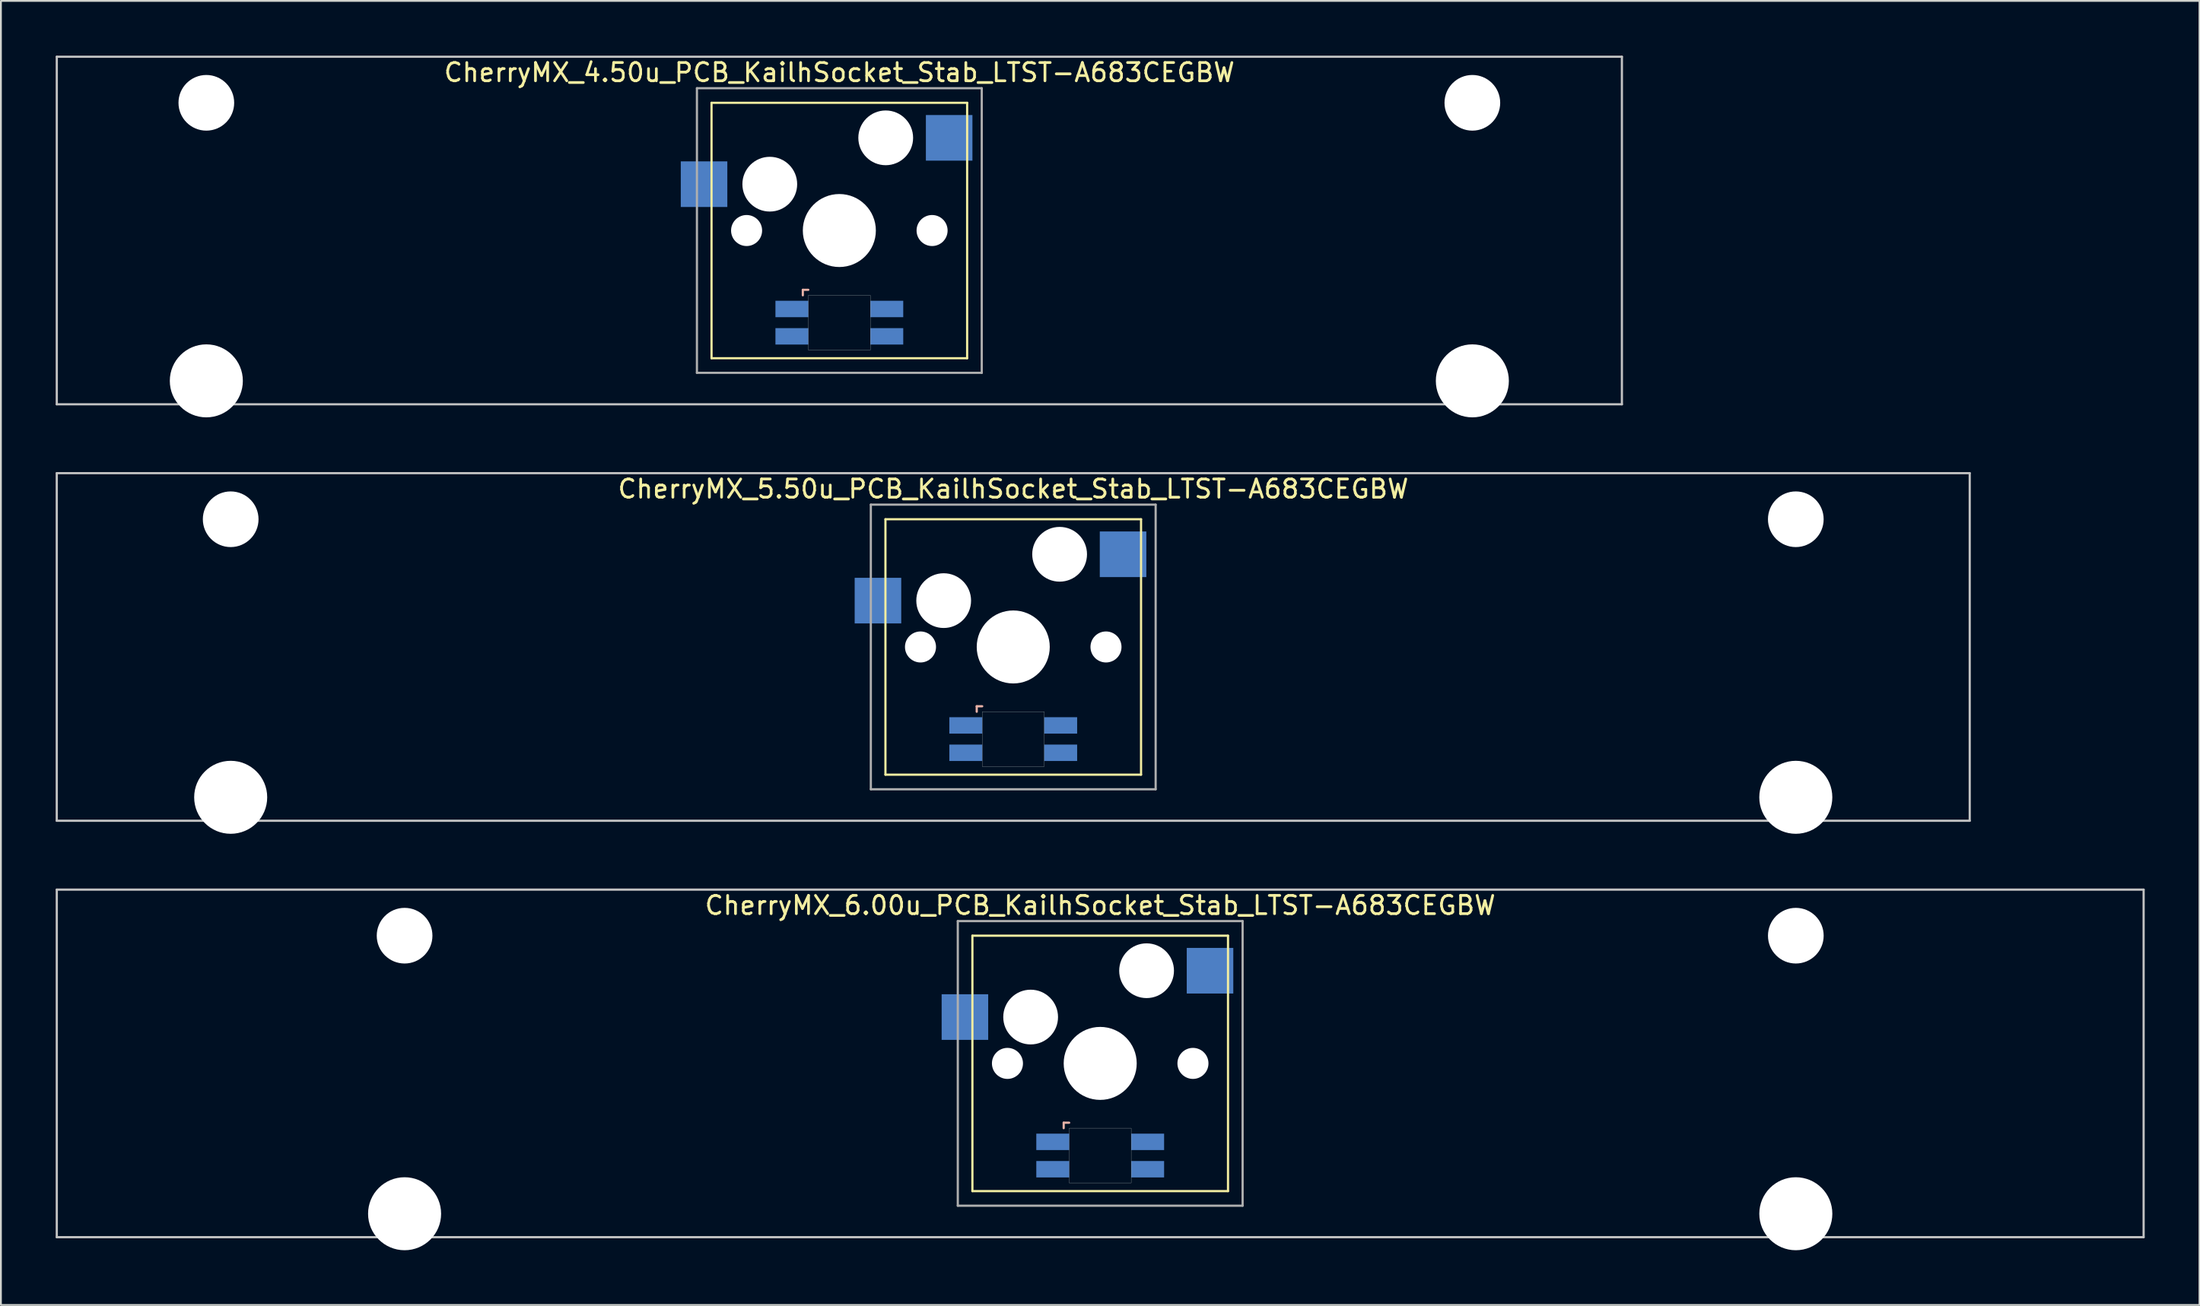
<source format=kicad_pcb>
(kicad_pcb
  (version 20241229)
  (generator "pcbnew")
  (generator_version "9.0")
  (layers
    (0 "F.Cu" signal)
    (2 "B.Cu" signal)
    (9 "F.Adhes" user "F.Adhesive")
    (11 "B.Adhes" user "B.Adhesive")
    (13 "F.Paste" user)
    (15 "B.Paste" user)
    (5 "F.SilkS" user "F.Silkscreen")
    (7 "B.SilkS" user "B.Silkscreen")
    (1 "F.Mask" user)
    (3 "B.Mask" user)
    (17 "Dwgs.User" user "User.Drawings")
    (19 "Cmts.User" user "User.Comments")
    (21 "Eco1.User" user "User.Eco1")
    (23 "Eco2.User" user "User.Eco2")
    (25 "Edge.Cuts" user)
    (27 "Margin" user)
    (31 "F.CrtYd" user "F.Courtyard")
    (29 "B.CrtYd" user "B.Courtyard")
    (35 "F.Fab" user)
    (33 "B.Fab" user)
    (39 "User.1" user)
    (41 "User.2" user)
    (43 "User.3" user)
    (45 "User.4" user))
  (footprint "CherryMX_6.00u_PCB_KailhSocket_Stab_LTST-A683CEGBW"
    (layer "F.Cu")
    (at 57.21 55.235)
    (property "Reference" "CherryMX_6.00u_PCB_KailhSocket_Stab_LTST-A683CEGBW" (at 0 -8.662 0) (layer "F.SilkS") (effects (font (size 1 1) (thickness 0.15))))
    (attr through_hole)
    (fp_line (start -7 -7) (end -7 7) (stroke (width 0.12) (type solid)) (layer "F.SilkS"))
    (fp_line (start -7 -7) (end 7 -7) (stroke (width 0.12) (type solid)) (layer "F.SilkS"))
    (fp_line (start 7 -7) (end 7 7) (stroke (width 0.12) (type solid)) (layer "F.SilkS"))
    (fp_line (start 7 7) (end -7 7) (stroke (width 0.12) (type solid)) (layer "F.SilkS"))
    (fp_line (start -2 3.25) (end -2 3.55) (stroke (width 0.12) (type solid)) (layer "B.SilkS"))
    (fp_line (start -1.7 3.25) (end -2 3.25) (stroke (width 0.12) (type solid)) (layer "B.SilkS"))
    (fp_line (start -57.15 -9.525) (end 57.15 -9.525) (stroke (width 0.12) (type solid)) (layer "Dwgs.User"))
    (fp_line (start -57.15 9.525) (end -57.15 -9.525) (stroke (width 0.12) (type solid)) (layer "Dwgs.User"))
    (fp_line (start 57.15 -9.525) (end 57.15 9.525) (stroke (width 0.12) (type solid)) (layer "Dwgs.User"))
    (fp_line (start 57.15 9.525) (end -57.15 9.525) (stroke (width 0.12) (type solid)) (layer "Dwgs.User"))
    (fp_poly (pts (xy 1.7 6.55) (xy -1.7 6.55) (xy -1.7 3.55) (xy 1.7 3.55)) (stroke (width 0.01) (type solid)) (fill no) (layer "Edge.Cuts"))
    (fp_line (start -7.8 -7.8) (end -7.8 7.8) (stroke (width 0.12) (type solid)) (layer "F.Fab"))
    (fp_line (start -7.8 -7.8) (end 7.8 -7.8) (stroke (width 0.12) (type solid)) (layer "F.Fab"))
    (fp_line (start -7.8 7.8) (end 7.8 7.8) (stroke (width 0.12) (type solid)) (layer "F.Fab"))
    (fp_line (start 7.8 -7.8) (end 7.8 7.8) (stroke (width 0.12) (type solid)) (layer "F.Fab"))
    (pad "" np_thru_hole circle (at -38.1 -7) (size 3.05 3.05) (drill 3.05) (layers "*.Cu" "*.Mask"))
    (pad "" np_thru_hole circle (at -38.1 8.24) (size 4 4) (drill 4) (layers "*.Cu" "*.Mask"))
    (pad "" np_thru_hole circle (at -5.08 0) (size 1.7 1.7) (drill 1.7) (layers "*.Cu" "*.Mask"))
    (pad "" np_thru_hole circle (at -3.81 -2.54) (size 3 3) (drill 3) (layers "*.Cu" "*.Mask"))
    (pad "" np_thru_hole circle (at 0 0) (size 4 4) (drill 4) (layers "*.Cu" "*.Mask"))
    (pad "" np_thru_hole circle (at 2.54 -5.08) (size 3 3) (drill 3) (layers "*.Cu" "*.Mask"))
    (pad "" np_thru_hole circle (at 5.08 0) (size 1.7 1.7) (drill 1.7) (layers "*.Cu" "*.Mask"))
    (pad "" np_thru_hole circle (at 38.1 -7) (size 3.05 3.05) (drill 3.05) (layers "*.Cu" "*.Mask"))
    (pad "" np_thru_hole circle (at 38.1 8.24) (size 4 4) (drill 4) (layers "*.Cu" "*.Mask"))
    (pad "1" smd rect (at -7.41 -2.54) (size 2.55 2.5) (layers "B.Cu" "B.Mask" "B.Paste"))
    (pad "2" smd rect (at 6.015 -5.08) (size 2.55 2.5) (layers "B.Cu" "B.Mask" "B.Paste"))
    (pad "3" smd rect (at -2.6 4.3) (size 1.8 0.9) (layers "B.Cu" "B.Mask" "B.Paste"))
    (pad "4" smd rect (at -2.6 5.8) (size 1.8 0.9) (layers "B.Cu" "B.Mask" "B.Paste"))
    (pad "5" smd rect (at 2.6 4.3) (size 1.8 0.9) (layers "B.Cu" "B.Mask" "B.Paste"))
    (pad "6" smd rect (at 2.6 5.8) (size 1.8 0.9) (layers "B.Cu" "B.Mask" "B.Paste")))
  (footprint "CherryMX_5.50u_PCB_KailhSocket_Stab_LTST-A683CEGBW"
    (layer "F.Cu")
    (at 52.447 32.41)
    (property "Reference" "CherryMX_5.50u_PCB_KailhSocket_Stab_LTST-A683CEGBW" (at 0 -8.662 0) (layer "F.SilkS") (effects (font (size 1 1) (thickness 0.15))))
    (attr through_hole)
    (fp_line (start -7 -7) (end -7 7) (stroke (width 0.12) (type solid)) (layer "F.SilkS"))
    (fp_line (start -7 -7) (end 7 -7) (stroke (width 0.12) (type solid)) (layer "F.SilkS"))
    (fp_line (start 7 -7) (end 7 7) (stroke (width 0.12) (type solid)) (layer "F.SilkS"))
    (fp_line (start 7 7) (end -7 7) (stroke (width 0.12) (type solid)) (layer "F.SilkS"))
    (fp_line (start -2 3.25) (end -2 3.55) (stroke (width 0.12) (type solid)) (layer "B.SilkS"))
    (fp_line (start -1.7 3.25) (end -2 3.25) (stroke (width 0.12) (type solid)) (layer "B.SilkS"))
    (fp_line (start -52.388 -9.525) (end 52.388 -9.525) (stroke (width 0.12) (type solid)) (layer "Dwgs.User"))
    (fp_line (start -52.388 9.525) (end -52.388 -9.525) (stroke (width 0.12) (type solid)) (layer "Dwgs.User"))
    (fp_line (start 52.388 -9.525) (end 52.388 9.525) (stroke (width 0.12) (type solid)) (layer "Dwgs.User"))
    (fp_line (start 52.388 9.525) (end -52.388 9.525) (stroke (width 0.12) (type solid)) (layer "Dwgs.User"))
    (fp_poly (pts (xy 1.7 6.55) (xy -1.7 6.55) (xy -1.7 3.55) (xy 1.7 3.55)) (stroke (width 0.01) (type solid)) (fill no) (layer "Edge.Cuts"))
    (fp_line (start -7.8 -7.8) (end -7.8 7.8) (stroke (width 0.12) (type solid)) (layer "F.Fab"))
    (fp_line (start -7.8 -7.8) (end 7.8 -7.8) (stroke (width 0.12) (type solid)) (layer "F.Fab"))
    (fp_line (start -7.8 7.8) (end 7.8 7.8) (stroke (width 0.12) (type solid)) (layer "F.Fab"))
    (fp_line (start 7.8 -7.8) (end 7.8 7.8) (stroke (width 0.12) (type solid)) (layer "F.Fab"))
    (pad "" np_thru_hole circle (at -42.862 -7) (size 3.05 3.05) (drill 3.05) (layers "*.Cu" "*.Mask"))
    (pad "" np_thru_hole circle (at -42.862 8.24) (size 4 4) (drill 4) (layers "*.Cu" "*.Mask"))
    (pad "" np_thru_hole circle (at -5.08 0) (size 1.7 1.7) (drill 1.7) (layers "*.Cu" "*.Mask"))
    (pad "" np_thru_hole circle (at -3.81 -2.54) (size 3 3) (drill 3) (layers "*.Cu" "*.Mask"))
    (pad "" np_thru_hole circle (at 0 0) (size 4 4) (drill 4) (layers "*.Cu" "*.Mask"))
    (pad "" np_thru_hole circle (at 2.54 -5.08) (size 3 3) (drill 3) (layers "*.Cu" "*.Mask"))
    (pad "" np_thru_hole circle (at 5.08 0) (size 1.7 1.7) (drill 1.7) (layers "*.Cu" "*.Mask"))
    (pad "" np_thru_hole circle (at 42.862 -7) (size 3.05 3.05) (drill 3.05) (layers "*.Cu" "*.Mask"))
    (pad "" np_thru_hole circle (at 42.862 8.24) (size 4 4) (drill 4) (layers "*.Cu" "*.Mask"))
    (pad "1" smd rect (at -7.41 -2.54) (size 2.55 2.5) (layers "B.Cu" "B.Mask" "B.Paste"))
    (pad "2" smd rect (at 6.015 -5.08) (size 2.55 2.5) (layers "B.Cu" "B.Mask" "B.Paste"))
    (pad "3" smd rect (at -2.6 4.3) (size 1.8 0.9) (layers "B.Cu" "B.Mask" "B.Paste"))
    (pad "4" smd rect (at -2.6 5.8) (size 1.8 0.9) (layers "B.Cu" "B.Mask" "B.Paste"))
    (pad "5" smd rect (at 2.6 4.3) (size 1.8 0.9) (layers "B.Cu" "B.Mask" "B.Paste"))
    (pad "6" smd rect (at 2.6 5.8) (size 1.8 0.9) (layers "B.Cu" "B.Mask" "B.Paste")))
  (footprint "CherryMX_4.50u_PCB_KailhSocket_Stab_LTST-A683CEGBW"
    (layer "F.Cu")
    (at 42.922 9.585)
    (property "Reference" "CherryMX_4.50u_PCB_KailhSocket_Stab_LTST-A683CEGBW" (at 0 -8.662 0) (layer "F.SilkS") (effects (font (size 1 1) (thickness 0.15))))
    (attr through_hole)
    (fp_line (start -7 -7) (end -7 7) (stroke (width 0.12) (type solid)) (layer "F.SilkS"))
    (fp_line (start -7 -7) (end 7 -7) (stroke (width 0.12) (type solid)) (layer "F.SilkS"))
    (fp_line (start 7 -7) (end 7 7) (stroke (width 0.12) (type solid)) (layer "F.SilkS"))
    (fp_line (start 7 7) (end -7 7) (stroke (width 0.12) (type solid)) (layer "F.SilkS"))
    (fp_line (start -2 3.25) (end -2 3.55) (stroke (width 0.12) (type solid)) (layer "B.SilkS"))
    (fp_line (start -1.7 3.25) (end -2 3.25) (stroke (width 0.12) (type solid)) (layer "B.SilkS"))
    (fp_line (start -42.862 -9.525) (end 42.862 -9.525) (stroke (width 0.12) (type solid)) (layer "Dwgs.User"))
    (fp_line (start -42.862 9.525) (end -42.862 -9.525) (stroke (width 0.12) (type solid)) (layer "Dwgs.User"))
    (fp_line (start 42.862 -9.525) (end 42.862 9.525) (stroke (width 0.12) (type solid)) (layer "Dwgs.User"))
    (fp_line (start 42.862 9.525) (end -42.862 9.525) (stroke (width 0.12) (type solid)) (layer "Dwgs.User"))
    (fp_poly (pts (xy 1.7 6.55) (xy -1.7 6.55) (xy -1.7 3.55) (xy 1.7 3.55)) (stroke (width 0.01) (type solid)) (fill no) (layer "Edge.Cuts"))
    (fp_line (start -7.8 -7.8) (end -7.8 7.8) (stroke (width 0.12) (type solid)) (layer "F.Fab"))
    (fp_line (start -7.8 -7.8) (end 7.8 -7.8) (stroke (width 0.12) (type solid)) (layer "F.Fab"))
    (fp_line (start -7.8 7.8) (end 7.8 7.8) (stroke (width 0.12) (type solid)) (layer "F.Fab"))
    (fp_line (start 7.8 -7.8) (end 7.8 7.8) (stroke (width 0.12) (type solid)) (layer "F.Fab"))
    (pad "" np_thru_hole circle (at -34.671 -7) (size 3.05 3.05) (drill 3.05) (layers "*.Cu" "*.Mask"))
    (pad "" np_thru_hole circle (at -34.671 8.24) (size 4 4) (drill 4) (layers "*.Cu" "*.Mask"))
    (pad "" np_thru_hole circle (at -5.08 0) (size 1.7 1.7) (drill 1.7) (layers "*.Cu" "*.Mask"))
    (pad "" np_thru_hole circle (at -3.81 -2.54) (size 3 3) (drill 3) (layers "*.Cu" "*.Mask"))
    (pad "" np_thru_hole circle (at 0 0) (size 4 4) (drill 4) (layers "*.Cu" "*.Mask"))
    (pad "" np_thru_hole circle (at 2.54 -5.08) (size 3 3) (drill 3) (layers "*.Cu" "*.Mask"))
    (pad "" np_thru_hole circle (at 5.08 0) (size 1.7 1.7) (drill 1.7) (layers "*.Cu" "*.Mask"))
    (pad "" np_thru_hole circle (at 34.671 -7) (size 3.05 3.05) (drill 3.05) (layers "*.Cu" "*.Mask"))
    (pad "" np_thru_hole circle (at 34.671 8.24) (size 4 4) (drill 4) (layers "*.Cu" "*.Mask"))
    (pad "1" smd rect (at -7.41 -2.54) (size 2.55 2.5) (layers "B.Cu" "B.Mask" "B.Paste"))
    (pad "2" smd rect (at 6.015 -5.08) (size 2.55 2.5) (layers "B.Cu" "B.Mask" "B.Paste"))
    (pad "3" smd rect (at -2.6 4.3) (size 1.8 0.9) (layers "B.Cu" "B.Mask" "B.Paste"))
    (pad "4" smd rect (at -2.6 5.8) (size 1.8 0.9) (layers "B.Cu" "B.Mask" "B.Paste"))
    (pad "5" smd rect (at 2.6 4.3) (size 1.8 0.9) (layers "B.Cu" "B.Mask" "B.Paste"))
    (pad "6" smd rect (at 2.6 5.8) (size 1.8 0.9) (layers "B.Cu" "B.Mask" "B.Paste")))
  (gr_rect
    (start -3 -3)
    (end 117.42 68.475)
    (stroke (width 0.1) (type default))
    (fill no)
    (layer "Edge.Cuts")))
</source>
